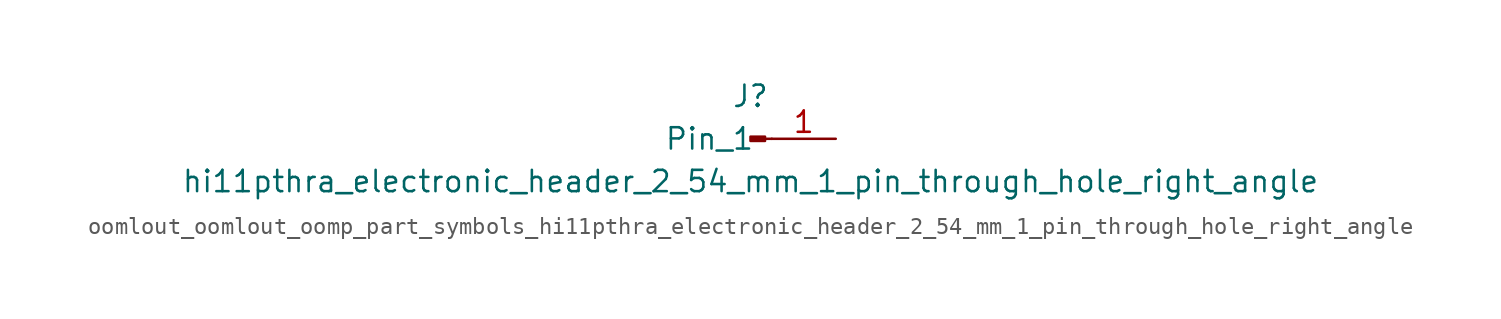
<source format=kicad_sym>
(kicad_symbol_lib
  (version 20220914)
  (generator kicad_symbol_editor)
  (symbol "oomlout_oomlout_oomp_part_symbols_hi11pthra_electronic_header_2_54_mm_1_pin_through_hole_right_angle"
    (pin_names
      (offset 1.016))
    (property "Reference" "J"
      (at 0 2.54 0)
      (effects (font (size 1.27 1.27))))
    (property "Value" "hi11pthra_electronic_header_2_54_mm_1_pin_through_hole_right_angle"
      (at 0 -2.54 0)
      (effects (font (size 1.27 1.27))))
    (property "ki_locked" ""
      (at 0 0 0)
      (effects (font (size 1.27 1.27))))
    (symbol "oomlout_oomlout_oomp_part_symbols_hi11pthra_electronic_header_2_54_mm_1_pin_through_hole_right_angle_1_1"
      (polyline (pts (xy 1.27 0) (xy 0.864 0)) (stroke (width 0.152) (type default)) (fill (type none)))
      (rectangle (start 0.864 0.127) (end 0 -0.127) (stroke (width 0.152) (type default)) (fill (type outline)))
      (pin passive line (at 5.08 0 180) (length 3.81) (name "Pin_1" (effects (font (size 1.27 1.27)))) (number "1" (effects (font (size 1.27 1.27))))))))
</source>
